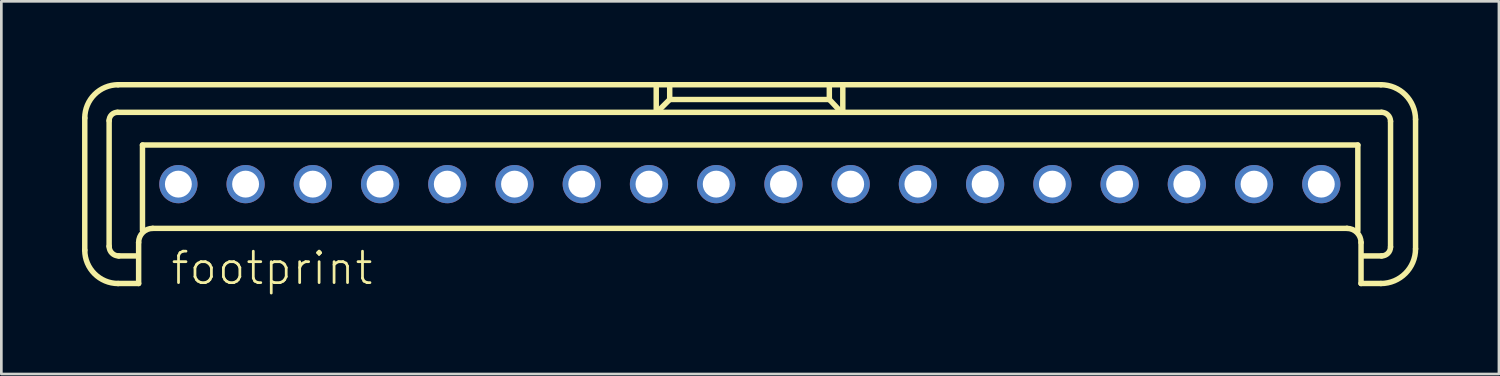
<source format=kicad_pcb>
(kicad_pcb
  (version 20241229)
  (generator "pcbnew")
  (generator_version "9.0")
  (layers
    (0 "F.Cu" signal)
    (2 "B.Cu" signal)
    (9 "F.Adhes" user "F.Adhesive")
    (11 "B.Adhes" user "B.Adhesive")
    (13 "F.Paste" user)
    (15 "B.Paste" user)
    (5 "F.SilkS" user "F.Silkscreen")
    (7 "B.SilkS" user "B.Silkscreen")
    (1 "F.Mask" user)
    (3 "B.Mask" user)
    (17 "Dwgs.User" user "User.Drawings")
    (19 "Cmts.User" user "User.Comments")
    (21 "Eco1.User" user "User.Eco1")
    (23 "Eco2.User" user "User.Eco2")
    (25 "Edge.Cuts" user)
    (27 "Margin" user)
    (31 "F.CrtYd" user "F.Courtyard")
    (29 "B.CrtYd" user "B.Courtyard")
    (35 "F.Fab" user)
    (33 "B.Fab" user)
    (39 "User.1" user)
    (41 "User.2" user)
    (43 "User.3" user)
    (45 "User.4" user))
  (footprint "footprint"
    (layer "F.Cu")
    (at 24.833 3.797)
    (property "Reference" "footprint" (at -21.59 3.81 0) (layer "F.SilkS") (effects (font (size 1.168 1.168) (thickness 0.102)) (justify left bottom)))
    (fp_line (start -24.731 2.456) (end -24.731 -2.456) (stroke (width 0.203) (type solid)) (layer "F.SilkS"))
    (fp_line (start -23.825 2.313) (end -23.825 -2.361) (stroke (width 0.203) (type solid)) (layer "F.SilkS"))
    (fp_line (start -23.515 -2.67) (end 23.491 -2.67) (stroke (width 0.203) (type solid)) (layer "F.SilkS"))
    (fp_line (start -23.491 -3.696) (end 23.467 -3.696) (stroke (width 0.203) (type solid)) (layer "F.SilkS"))
    (fp_line (start -22.752 2.67) (end -23.467 2.67) (stroke (width 0.203) (type solid)) (layer "F.SilkS"))
    (fp_line (start -22.728 2.17) (end -22.728 3.695) (stroke (width 0.203) (type solid)) (layer "F.SilkS"))
    (fp_line (start -22.728 3.695) (end -23.491 3.695) (stroke (width 0.203) (type solid)) (layer "F.SilkS"))
    (fp_line (start -22.585 -1.454) (end 22.609 -1.454) (stroke (width 0.203) (type solid)) (layer "F.SilkS"))
    (fp_line (start -22.585 1.716) (end -22.585 -1.454) (stroke (width 0.203) (type solid)) (layer "F.SilkS"))
    (fp_line (start -3.481 -3.648) (end -3.481 -2.742) (stroke (width 0.203) (type solid)) (layer "F.SilkS"))
    (fp_line (start -3.004 -3.123) (end -3.386 -2.742) (stroke (width 0.203) (type solid)) (layer "F.SilkS"))
    (fp_line (start -2.98 -3.147) (end -2.98 -3.624) (stroke (width 0.203) (type solid)) (layer "F.SilkS"))
    (fp_line (start 2.956 -3.672) (end 2.956 -3.147) (stroke (width 0.203) (type solid)) (layer "F.SilkS"))
    (fp_line (start 2.956 -3.147) (end -2.98 -3.147) (stroke (width 0.203) (type solid)) (layer "F.SilkS"))
    (fp_line (start 2.98 -3.123) (end 3.314 -2.766) (stroke (width 0.203) (type solid)) (layer "F.SilkS"))
    (fp_line (start 3.457 -3.624) (end 3.457 -2.742) (stroke (width 0.203) (type solid)) (layer "F.SilkS"))
    (fp_line (start 22.204 1.645) (end -22.204 1.645) (stroke (width 0.203) (type solid)) (layer "F.SilkS"))
    (fp_line (start 22.609 -1.454) (end 22.609 1.74) (stroke (width 0.203) (type solid)) (layer "F.SilkS"))
    (fp_line (start 22.728 3.695) (end 22.728 2.17) (stroke (width 0.203) (type solid)) (layer "F.SilkS"))
    (fp_line (start 23.467 3.695) (end 22.728 3.695) (stroke (width 0.203) (type solid)) (layer "F.SilkS"))
    (fp_line (start 23.491 2.67) (end 22.823 2.67) (stroke (width 0.203) (type solid)) (layer "F.SilkS"))
    (fp_line (start 23.825 -2.337) (end 23.825 2.336) (stroke (width 0.203) (type solid)) (layer "F.SilkS"))
    (fp_line (start 24.755 -2.408) (end 24.755 2.408) (stroke (width 0.203) (type solid)) (layer "F.SilkS"))
    (fp_arc (start -24.731 -2.4558) (mid -24.367871 -3.332471) (end -23.4912 -3.6956) (stroke (width 0.2032) (type solid)) (layer "F.SilkS"))
    (fp_arc (start -23.825 -2.3605) (mid -23.734232 -2.579632) (end -23.5151 -2.6704) (stroke (width 0.2032) (type solid)) (layer "F.SilkS"))
    (fp_arc (start -23.4912 3.6954) (mid -24.367871 3.332271) (end -24.731 2.4556) (stroke (width 0.2032) (type solid)) (layer "F.SilkS"))
    (fp_arc (start -23.4674 2.6702) (mid -23.720261 2.565461) (end -23.825 2.3126) (stroke (width 0.2032) (type solid)) (layer "F.SilkS"))
    (fp_arc (start -22.7283 2.1695) (mid -22.574678 1.798622) (end -22.2038 1.645) (stroke (width 0.2032) (type solid)) (layer "F.SilkS"))
    (fp_arc (start 22.2036 1.645) (mid 22.574478 1.798622) (end 22.7281 2.1695) (stroke (width 0.2032) (type solid)) (layer "F.SilkS"))
    (fp_arc (start 23.4672 -3.6956) (mid 24.3776 -3.3185) (end 24.7547 -2.4081) (stroke (width 0.2032) (type solid)) (layer "F.SilkS"))
    (fp_arc (start 23.4911 -2.6704) (mid 23.727132 -2.572632) (end 23.8249 -2.3366) (stroke (width 0.2032) (type solid)) (layer "F.SilkS"))
    (fp_arc (start 23.8249 2.3364) (mid 23.727132 2.572432) (end 23.4911 2.6702) (stroke (width 0.2032) (type solid)) (layer "F.SilkS"))
    (fp_arc (start 24.7547 2.4079) (mid 24.3776 3.3183) (end 23.4672 3.6954) (stroke (width 0.2032) (type solid)) (layer "F.SilkS"))
    (pad "1" thru_hole circle (at -21.25 0) (size 1.422 1.422) (drill 1) (layers "*.Cu" "*.Mask"))
    (pad "2" thru_hole circle (at -18.75 0) (size 1.422 1.422) (drill 1) (layers "*.Cu" "*.Mask"))
    (pad "3" thru_hole circle (at -16.25 0) (size 1.422 1.422) (drill 1) (layers "*.Cu" "*.Mask"))
    (pad "4" thru_hole circle (at -13.75 0) (size 1.422 1.422) (drill 1) (layers "*.Cu" "*.Mask"))
    (pad "5" thru_hole circle (at -11.25 0) (size 1.422 1.422) (drill 1) (layers "*.Cu" "*.Mask"))
    (pad "6" thru_hole circle (at -8.75 0) (size 1.422 1.422) (drill 1) (layers "*.Cu" "*.Mask"))
    (pad "7" thru_hole circle (at -6.25 0) (size 1.422 1.422) (drill 1) (layers "*.Cu" "*.Mask"))
    (pad "8" thru_hole circle (at -3.75 0) (size 1.422 1.422) (drill 1) (layers "*.Cu" "*.Mask"))
    (pad "9" thru_hole circle (at -1.25 0) (size 1.422 1.422) (drill 1) (layers "*.Cu" "*.Mask"))
    (pad "10" thru_hole circle (at 1.25 0) (size 1.422 1.422) (drill 1) (layers "*.Cu" "*.Mask"))
    (pad "11" thru_hole circle (at 3.75 0) (size 1.422 1.422) (drill 1) (layers "*.Cu" "*.Mask"))
    (pad "12" thru_hole circle (at 6.25 0) (size 1.422 1.422) (drill 1) (layers "*.Cu" "*.Mask"))
    (pad "13" thru_hole circle (at 8.75 0) (size 1.422 1.422) (drill 1) (layers "*.Cu" "*.Mask"))
    (pad "14" thru_hole circle (at 11.25 0) (size 1.422 1.422) (drill 1) (layers "*.Cu" "*.Mask"))
    (pad "15" thru_hole circle (at 13.75 0) (size 1.422 1.422) (drill 1) (layers "*.Cu" "*.Mask"))
    (pad "16" thru_hole circle (at 16.25 0) (size 1.422 1.422) (drill 1) (layers "*.Cu" "*.Mask"))
    (pad "17" thru_hole circle (at 18.75 0) (size 1.422 1.422) (drill 1) (layers "*.Cu" "*.Mask"))
    (pad "18" thru_hole circle (at 21.25 0) (size 1.422 1.422) (drill 1) (layers "*.Cu" "*.Mask")))
  (gr_rect
    (start -3 -3)
    (end 52.689 10.858)
    (stroke (width 0.1) (type default))
    (fill no)
    (layer "Edge.Cuts")))
</source>
